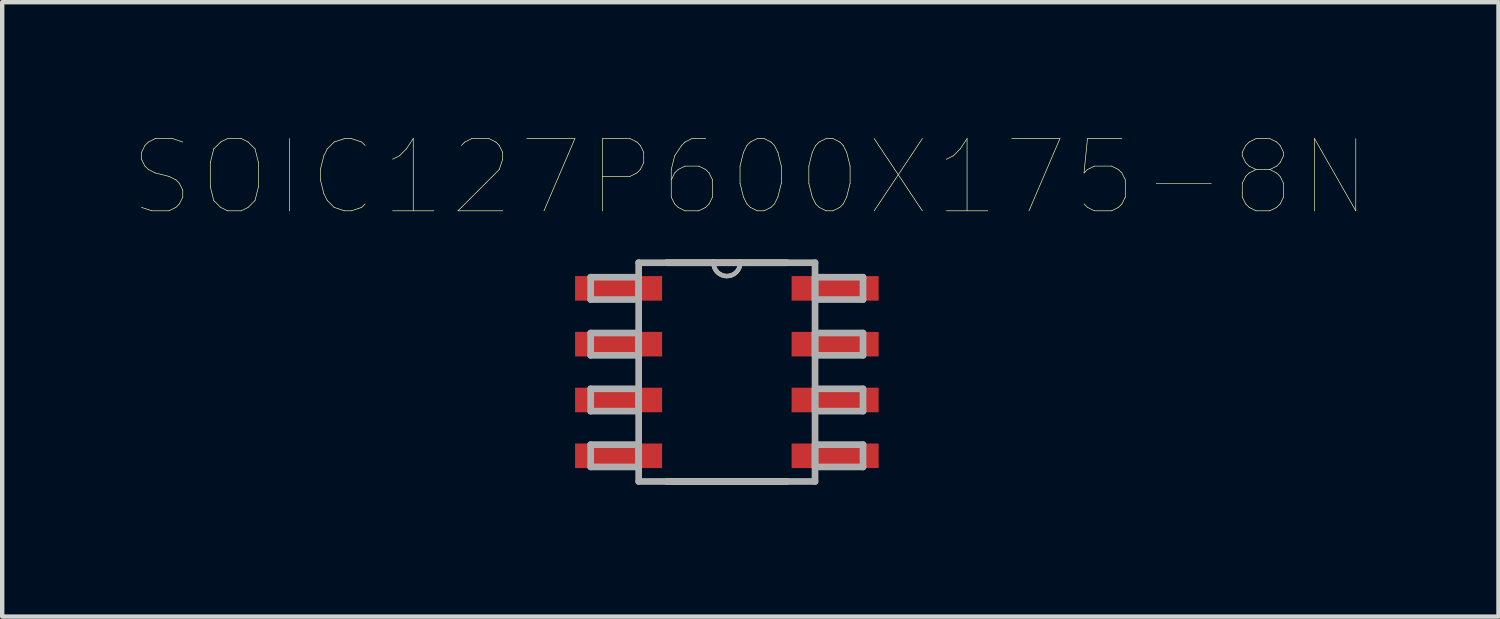
<source format=kicad_pcb>
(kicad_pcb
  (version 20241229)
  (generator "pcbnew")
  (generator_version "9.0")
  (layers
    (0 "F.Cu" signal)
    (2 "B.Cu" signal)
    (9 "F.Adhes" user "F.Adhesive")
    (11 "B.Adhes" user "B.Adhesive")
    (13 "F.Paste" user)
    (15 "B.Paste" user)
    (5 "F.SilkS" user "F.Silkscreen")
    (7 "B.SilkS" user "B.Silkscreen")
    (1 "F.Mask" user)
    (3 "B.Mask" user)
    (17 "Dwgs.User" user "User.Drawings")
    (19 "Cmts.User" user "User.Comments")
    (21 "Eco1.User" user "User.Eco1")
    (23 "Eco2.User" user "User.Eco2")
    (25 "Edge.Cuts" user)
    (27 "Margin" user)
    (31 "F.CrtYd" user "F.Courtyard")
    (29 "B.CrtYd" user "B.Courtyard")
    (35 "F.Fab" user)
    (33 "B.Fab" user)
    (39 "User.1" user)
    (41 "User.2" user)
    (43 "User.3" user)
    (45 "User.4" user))
  (footprint "SOIC127P600X175-8N"
    (layer "F.Cu")
    (at 13.492 5.418)
    (property "Reference" "SOIC127P600X175-8N" (at 0.535 -4.43 0) (layer "F.SilkS") (effects (font (size 1.644 1.644) (thickness 0.015))))
    (attr through_hole)
    (fp_line (start -1.372 2.489) (end 1.372 2.489) (stroke (width 0.152) (type solid)) (layer "F.SilkS"))
    (fp_line (start -0.305 -2.489) (end -1.372 -2.489) (stroke (width 0.152) (type solid)) (layer "F.SilkS"))
    (fp_line (start 0.305 -2.489) (end -0.305 -2.489) (stroke (width 0.152) (type solid)) (layer "F.SilkS"))
    (fp_line (start 1.372 -2.489) (end 0.305 -2.489) (stroke (width 0.152) (type solid)) (layer "F.SilkS"))
    (fp_arc (start 0.3048 -2.4892) (mid 0 -2.1844) (end -0.3048 -2.4892) (stroke (width 0.1) (type solid)) (layer "F.SilkS"))
    (fp_line (start -3.099 -2.159) (end -3.099 -1.651) (stroke (width 0.152) (type solid)) (layer "F.Fab"))
    (fp_line (start -3.099 -1.651) (end -2.007 -1.651) (stroke (width 0.152) (type solid)) (layer "F.Fab"))
    (fp_line (start -3.099 -0.889) (end -3.099 -0.381) (stroke (width 0.152) (type solid)) (layer "F.Fab"))
    (fp_line (start -3.099 -0.381) (end -2.007 -0.381) (stroke (width 0.152) (type solid)) (layer "F.Fab"))
    (fp_line (start -3.099 0.381) (end -3.099 0.889) (stroke (width 0.152) (type solid)) (layer "F.Fab"))
    (fp_line (start -3.099 0.889) (end -2.007 0.889) (stroke (width 0.152) (type solid)) (layer "F.Fab"))
    (fp_line (start -3.099 1.651) (end -3.099 2.159) (stroke (width 0.152) (type solid)) (layer "F.Fab"))
    (fp_line (start -3.099 2.159) (end -2.007 2.159) (stroke (width 0.152) (type solid)) (layer "F.Fab"))
    (fp_line (start -2.007 -2.489) (end -2.007 2.489) (stroke (width 0.152) (type solid)) (layer "F.Fab"))
    (fp_line (start -2.007 -2.159) (end -3.099 -2.159) (stroke (width 0.152) (type solid)) (layer "F.Fab"))
    (fp_line (start -2.007 -1.651) (end -2.007 -2.159) (stroke (width 0.152) (type solid)) (layer "F.Fab"))
    (fp_line (start -2.007 -0.889) (end -3.099 -0.889) (stroke (width 0.152) (type solid)) (layer "F.Fab"))
    (fp_line (start -2.007 -0.381) (end -2.007 -0.889) (stroke (width 0.152) (type solid)) (layer "F.Fab"))
    (fp_line (start -2.007 0.381) (end -3.099 0.381) (stroke (width 0.152) (type solid)) (layer "F.Fab"))
    (fp_line (start -2.007 0.889) (end -2.007 0.381) (stroke (width 0.152) (type solid)) (layer "F.Fab"))
    (fp_line (start -2.007 1.651) (end -3.099 1.651) (stroke (width 0.152) (type solid)) (layer "F.Fab"))
    (fp_line (start -2.007 2.159) (end -2.007 1.651) (stroke (width 0.152) (type solid)) (layer "F.Fab"))
    (fp_line (start -2.007 2.489) (end 2.007 2.489) (stroke (width 0.152) (type solid)) (layer "F.Fab"))
    (fp_line (start -0.305 -2.489) (end -2.007 -2.489) (stroke (width 0.152) (type solid)) (layer "F.Fab"))
    (fp_line (start 0.305 -2.489) (end -0.305 -2.489) (stroke (width 0.152) (type solid)) (layer "F.Fab"))
    (fp_line (start 2.007 -2.489) (end 0.305 -2.489) (stroke (width 0.152) (type solid)) (layer "F.Fab"))
    (fp_line (start 2.007 -2.159) (end 2.007 -1.651) (stroke (width 0.152) (type solid)) (layer "F.Fab"))
    (fp_line (start 2.007 -1.651) (end 3.099 -1.651) (stroke (width 0.152) (type solid)) (layer "F.Fab"))
    (fp_line (start 2.007 -0.889) (end 2.007 -0.381) (stroke (width 0.152) (type solid)) (layer "F.Fab"))
    (fp_line (start 2.007 -0.381) (end 3.099 -0.381) (stroke (width 0.152) (type solid)) (layer "F.Fab"))
    (fp_line (start 2.007 0.381) (end 2.007 0.889) (stroke (width 0.152) (type solid)) (layer "F.Fab"))
    (fp_line (start 2.007 0.889) (end 3.099 0.889) (stroke (width 0.152) (type solid)) (layer "F.Fab"))
    (fp_line (start 2.007 1.651) (end 2.007 2.159) (stroke (width 0.152) (type solid)) (layer "F.Fab"))
    (fp_line (start 2.007 2.159) (end 3.099 2.159) (stroke (width 0.152) (type solid)) (layer "F.Fab"))
    (fp_line (start 2.007 2.489) (end 2.007 -2.489) (stroke (width 0.152) (type solid)) (layer "F.Fab"))
    (fp_line (start 3.099 -2.159) (end 2.007 -2.159) (stroke (width 0.152) (type solid)) (layer "F.Fab"))
    (fp_line (start 3.099 -1.651) (end 3.099 -2.159) (stroke (width 0.152) (type solid)) (layer "F.Fab"))
    (fp_line (start 3.099 -0.889) (end 2.007 -0.889) (stroke (width 0.152) (type solid)) (layer "F.Fab"))
    (fp_line (start 3.099 -0.381) (end 3.099 -0.889) (stroke (width 0.152) (type solid)) (layer "F.Fab"))
    (fp_line (start 3.099 0.381) (end 2.007 0.381) (stroke (width 0.152) (type solid)) (layer "F.Fab"))
    (fp_line (start 3.099 0.889) (end 3.099 0.381) (stroke (width 0.152) (type solid)) (layer "F.Fab"))
    (fp_line (start 3.099 1.651) (end 2.007 1.651) (stroke (width 0.152) (type solid)) (layer "F.Fab"))
    (fp_line (start 3.099 2.159) (end 3.099 1.651) (stroke (width 0.152) (type solid)) (layer "F.Fab"))
    (fp_arc (start 0.3048 -2.4892) (mid 0 -2.1844) (end -0.3048 -2.4892) (stroke (width 0.1) (type solid)) (layer "F.Fab"))
    (pad "1" smd rect (at -2.464 -1.905) (size 1.981 0.559) (layers "F.Cu" "F.Mask" "F.Paste"))
    (pad "2" smd rect (at -2.464 -0.635) (size 1.981 0.559) (layers "F.Cu" "F.Mask" "F.Paste"))
    (pad "3" smd rect (at -2.464 0.635) (size 1.981 0.559) (layers "F.Cu" "F.Mask" "F.Paste"))
    (pad "4" smd rect (at -2.464 1.905) (size 1.981 0.559) (layers "F.Cu" "F.Mask" "F.Paste"))
    (pad "5" smd rect (at 2.464 1.905) (size 1.981 0.559) (layers "F.Cu" "F.Mask" "F.Paste"))
    (pad "6" smd rect (at 2.464 0.635) (size 1.981 0.559) (layers "F.Cu" "F.Mask" "F.Paste"))
    (pad "7" smd rect (at 2.464 -0.635) (size 1.981 0.559) (layers "F.Cu" "F.Mask" "F.Paste"))
    (pad "8" smd rect (at 2.464 -1.905) (size 1.981 0.559) (layers "F.Cu" "F.Mask" "F.Paste")))
  (gr_rect
    (start -3 -3)
    (end 31.053 10.983)
    (stroke (width 0.1) (type default))
    (fill no)
    (layer "Edge.Cuts")))
</source>
